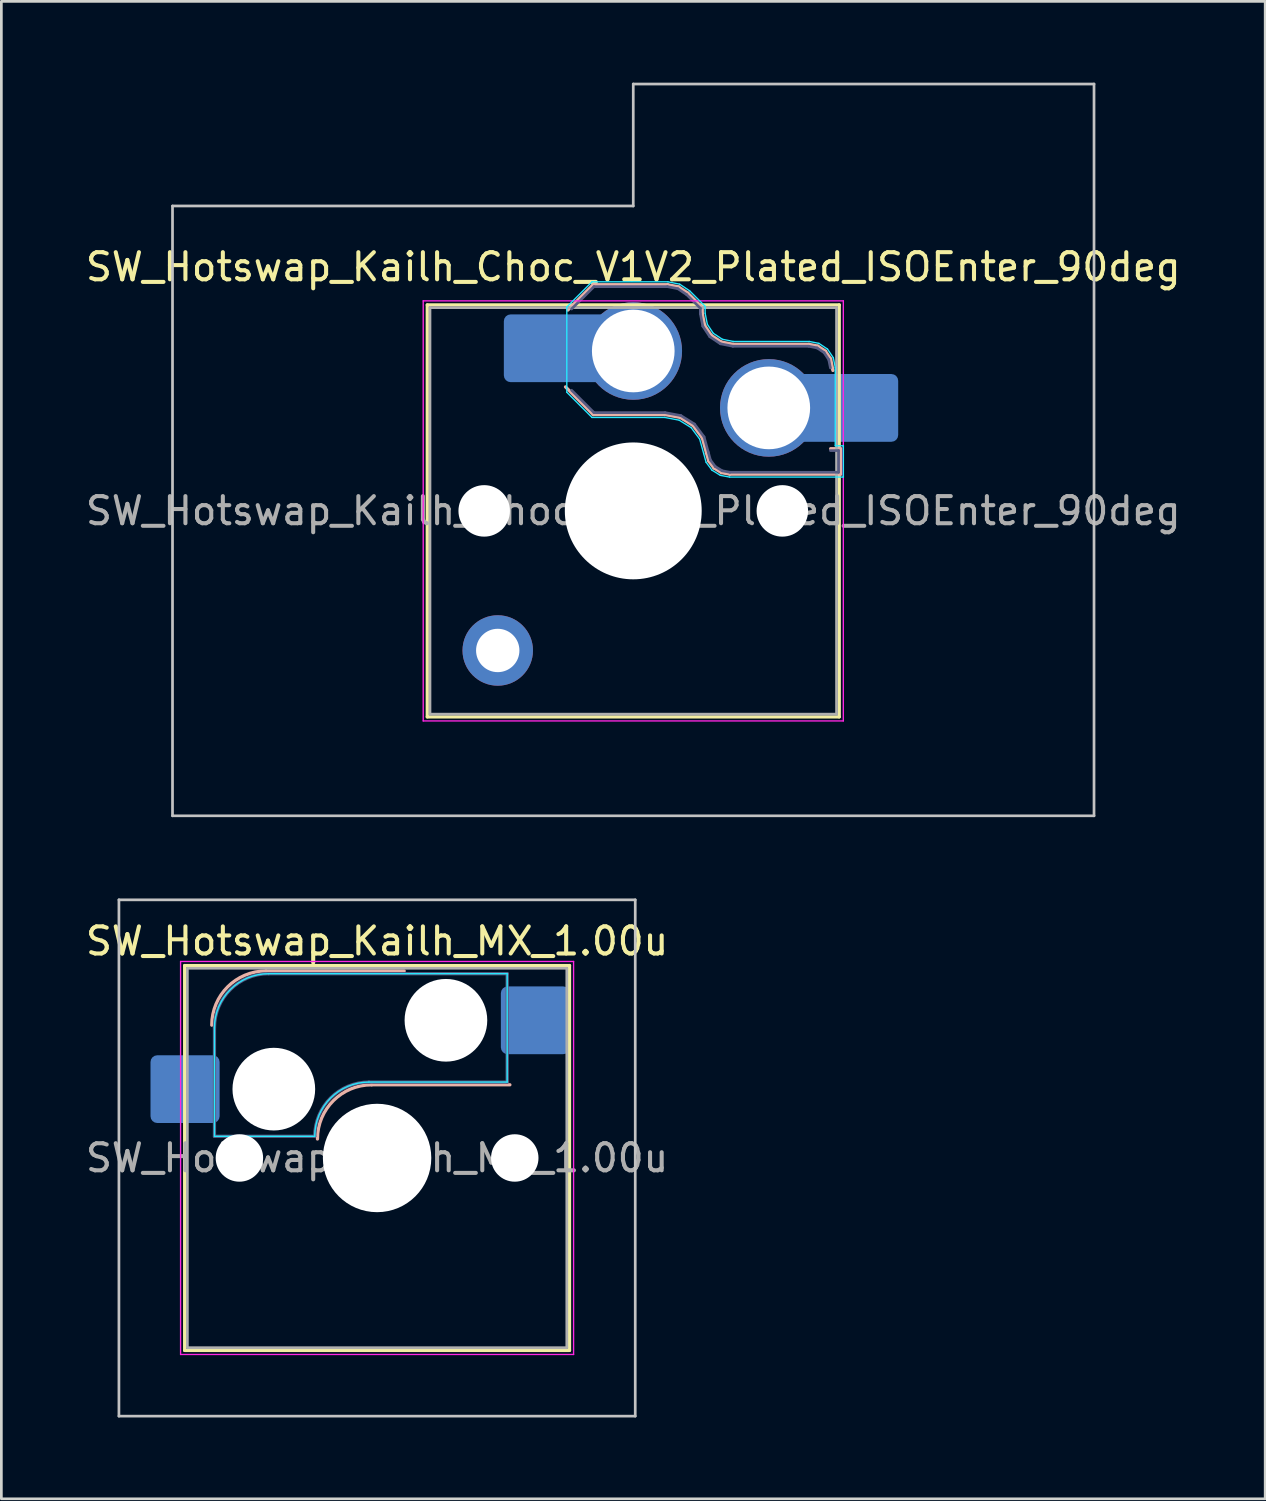
<source format=kicad_pcb>
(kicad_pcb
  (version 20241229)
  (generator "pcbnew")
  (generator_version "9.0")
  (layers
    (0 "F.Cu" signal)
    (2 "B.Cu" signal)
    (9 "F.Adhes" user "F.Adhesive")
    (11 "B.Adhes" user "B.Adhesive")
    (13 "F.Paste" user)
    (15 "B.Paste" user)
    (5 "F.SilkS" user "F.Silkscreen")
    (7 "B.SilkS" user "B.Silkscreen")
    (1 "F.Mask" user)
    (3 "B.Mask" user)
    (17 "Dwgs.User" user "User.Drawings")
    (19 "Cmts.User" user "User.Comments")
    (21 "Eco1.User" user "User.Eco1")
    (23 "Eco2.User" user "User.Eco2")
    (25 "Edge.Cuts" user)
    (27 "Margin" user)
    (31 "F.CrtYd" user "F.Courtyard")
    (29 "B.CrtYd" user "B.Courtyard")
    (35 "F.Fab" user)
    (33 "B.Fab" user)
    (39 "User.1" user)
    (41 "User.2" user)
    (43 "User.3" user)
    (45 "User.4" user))
  (footprint "SW_Hotswap_Kailh_Choc_V1V2_Plated_ISOEnter_90deg"
    (layer "F.Cu")
    (at 20.315 15.8)
    (property "Reference" "SW_Hotswap_Kailh_Choc_V1V2_Plated_ISOEnter_90deg" (at 0 -9 0) (layer "F.SilkS") (effects (font (size 1 1) (thickness 0.15))))
    (attr smd)
    (fp_line (start -7.6 -7.6) (end -7.6 7.6) (stroke (width 0.12) (type solid)) (layer "F.SilkS"))
    (fp_line (start -7.6 7.6) (end 7.6 7.6) (stroke (width 0.12) (type solid)) (layer "F.SilkS"))
    (fp_line (start 7.6 -7.6) (end -7.6 -7.6) (stroke (width 0.12) (type solid)) (layer "F.SilkS"))
    (fp_line (start 7.6 7.6) (end 7.6 -7.6) (stroke (width 0.12) (type solid)) (layer "F.SilkS"))
    (fp_line (start -2.416 -7.409) (end -1.479 -8.346) (stroke (width 0.12) (type solid)) (layer "B.SilkS"))
    (fp_line (start -1.479 -8.346) (end 1.268 -8.346) (stroke (width 0.12) (type solid)) (layer "B.SilkS"))
    (fp_line (start -1.479 -3.554) (end -2.5 -4.575) (stroke (width 0.12) (type solid)) (layer "B.SilkS"))
    (fp_line (start 1.168 -3.554) (end -1.479 -3.554) (stroke (width 0.12) (type solid)) (layer "B.SilkS"))
    (fp_line (start 1.268 -8.346) (end 1.671 -8.266) (stroke (width 0.12) (type solid)) (layer "B.SilkS"))
    (fp_line (start 1.671 -8.266) (end 2.013 -8.037) (stroke (width 0.12) (type solid)) (layer "B.SilkS"))
    (fp_line (start 1.73 -3.449) (end 1.168 -3.554) (stroke (width 0.12) (type solid)) (layer "B.SilkS"))
    (fp_line (start 2.013 -8.037) (end 2.546 -7.504) (stroke (width 0.12) (type solid)) (layer "B.SilkS"))
    (fp_line (start 2.209 -3.15) (end 1.73 -3.449) (stroke (width 0.12) (type solid)) (layer "B.SilkS"))
    (fp_line (start 2.546 -7.504) (end 2.546 -7.282) (stroke (width 0.12) (type solid)) (layer "B.SilkS"))
    (fp_line (start 2.546 -7.282) (end 2.633 -6.844) (stroke (width 0.12) (type solid)) (layer "B.SilkS"))
    (fp_line (start 2.547 -2.697) (end 2.209 -3.15) (stroke (width 0.12) (type solid)) (layer "B.SilkS"))
    (fp_line (start 2.633 -6.844) (end 2.877 -6.477) (stroke (width 0.12) (type solid)) (layer "B.SilkS"))
    (fp_line (start 2.701 -2.139) (end 2.547 -2.697) (stroke (width 0.12) (type solid)) (layer "B.SilkS"))
    (fp_line (start 2.783 -1.841) (end 2.701 -2.139) (stroke (width 0.12) (type solid)) (layer "B.SilkS"))
    (fp_line (start 2.877 -6.477) (end 3.244 -6.233) (stroke (width 0.12) (type solid)) (layer "B.SilkS"))
    (fp_line (start 2.976 -1.583) (end 2.783 -1.841) (stroke (width 0.12) (type solid)) (layer "B.SilkS"))
    (fp_line (start 3.244 -6.233) (end 3.682 -6.146) (stroke (width 0.12) (type solid)) (layer "B.SilkS"))
    (fp_line (start 3.25 -1.413) (end 2.976 -1.583) (stroke (width 0.12) (type solid)) (layer "B.SilkS"))
    (fp_line (start 3.56 -1.354) (end 3.25 -1.413) (stroke (width 0.12) (type solid)) (layer "B.SilkS"))
    (fp_line (start 3.682 -6.146) (end 6.482 -6.146) (stroke (width 0.12) (type solid)) (layer "B.SilkS"))
    (fp_line (start 6.482 -6.146) (end 6.809 -6.081) (stroke (width 0.12) (type solid)) (layer "B.SilkS"))
    (fp_line (start 6.809 -6.081) (end 7.092 -5.892) (stroke (width 0.12) (type solid)) (layer "B.SilkS"))
    (fp_line (start 7.092 -5.892) (end 7.281 -5.609) (stroke (width 0.12) (type solid)) (layer "B.SilkS"))
    (fp_line (start 7.281 -5.609) (end 7.366 -5.182) (stroke (width 0.12) (type solid)) (layer "B.SilkS"))
    (fp_line (start 7.283 -2.296) (end 7.646 -2.296) (stroke (width 0.12) (type solid)) (layer "B.SilkS"))
    (fp_line (start 7.646 -2.296) (end 7.646 -1.354) (stroke (width 0.12) (type solid)) (layer "B.SilkS"))
    (fp_line (start 7.646 -1.354) (end 3.56 -1.354) (stroke (width 0.12) (type solid)) (layer "B.SilkS"))
    (fp_line (start -17 -11.25) (end -17 11.25) (stroke (width 0.1) (type solid)) (layer "Dwgs.User"))
    (fp_line (start -17 11.25) (end 17 11.25) (stroke (width 0.1) (type solid)) (layer "Dwgs.User"))
    (fp_line (start 0 -15.75) (end 0 -11.25) (stroke (width 0.1) (type solid)) (layer "Dwgs.User"))
    (fp_line (start 0 -11.25) (end -17 -11.25) (stroke (width 0.1) (type solid)) (layer "Dwgs.User"))
    (fp_line (start 17 -15.75) (end 0 -15.75) (stroke (width 0.1) (type solid)) (layer "Dwgs.User"))
    (fp_line (start 17 11.25) (end 17 -15.75) (stroke (width 0.1) (type solid)) (layer "Dwgs.User"))
    (fp_line (start -7.25 -7.25) (end -7.25 7.25) (stroke (width 0.1) (type solid)) (layer "Eco1.User"))
    (fp_line (start -7.25 7.25) (end 7.25 7.25) (stroke (width 0.1) (type solid)) (layer "Eco1.User"))
    (fp_line (start 7.25 -7.25) (end -7.25 -7.25) (stroke (width 0.1) (type solid)) (layer "Eco1.User"))
    (fp_line (start 7.25 7.25) (end 7.25 -7.25) (stroke (width 0.1) (type solid)) (layer "Eco1.User"))
    (fp_line (start -2.452 -7.523) (end -1.523 -8.452) (stroke (width 0.05) (type solid)) (layer "B.CrtYd"))
    (fp_line (start -2.452 -4.377) (end -2.452 -7.523) (stroke (width 0.05) (type solid)) (layer "B.CrtYd"))
    (fp_line (start -1.523 -8.452) (end 1.278 -8.452) (stroke (width 0.05) (type solid)) (layer "B.CrtYd"))
    (fp_line (start -1.523 -3.448) (end -2.452 -4.377) (stroke (width 0.05) (type solid)) (layer "B.CrtYd"))
    (fp_line (start 1.159 -3.448) (end -1.523 -3.448) (stroke (width 0.05) (type solid)) (layer "B.CrtYd"))
    (fp_line (start 1.278 -8.452) (end 1.712 -8.366) (stroke (width 0.05) (type solid)) (layer "B.CrtYd"))
    (fp_line (start 1.691 -3.348) (end 1.159 -3.448) (stroke (width 0.05) (type solid)) (layer "B.CrtYd"))
    (fp_line (start 1.712 -8.366) (end 2.081 -8.119) (stroke (width 0.05) (type solid)) (layer "B.CrtYd"))
    (fp_line (start 2.081 -8.119) (end 2.652 -7.548) (stroke (width 0.05) (type solid)) (layer "B.CrtYd"))
    (fp_line (start 2.136 -3.071) (end 1.691 -3.348) (stroke (width 0.05) (type solid)) (layer "B.CrtYd"))
    (fp_line (start 2.45 -2.65) (end 2.136 -3.071) (stroke (width 0.05) (type solid)) (layer "B.CrtYd"))
    (fp_line (start 2.599 -2.111) (end 2.45 -2.65) (stroke (width 0.05) (type solid)) (layer "B.CrtYd"))
    (fp_line (start 2.652 -7.548) (end 2.652 -7.292) (stroke (width 0.05) (type solid)) (layer "B.CrtYd"))
    (fp_line (start 2.652 -7.292) (end 2.733 -6.885) (stroke (width 0.05) (type solid)) (layer "B.CrtYd"))
    (fp_line (start 2.687 -1.794) (end 2.599 -2.111) (stroke (width 0.05) (type solid)) (layer "B.CrtYd"))
    (fp_line (start 2.733 -6.885) (end 2.953 -6.553) (stroke (width 0.05) (type solid)) (layer "B.CrtYd"))
    (fp_line (start 2.903 -1.503) (end 2.687 -1.794) (stroke (width 0.05) (type solid)) (layer "B.CrtYd"))
    (fp_line (start 2.953 -6.553) (end 3.285 -6.333) (stroke (width 0.05) (type solid)) (layer "B.CrtYd"))
    (fp_line (start 3.211 -1.312) (end 2.903 -1.503) (stroke (width 0.05) (type solid)) (layer "B.CrtYd"))
    (fp_line (start 3.285 -6.333) (end 3.692 -6.252) (stroke (width 0.05) (type solid)) (layer "B.CrtYd"))
    (fp_line (start 3.55 -1.248) (end 3.211 -1.312) (stroke (width 0.05) (type solid)) (layer "B.CrtYd"))
    (fp_line (start 3.692 -6.252) (end 6.492 -6.252) (stroke (width 0.05) (type solid)) (layer "B.CrtYd"))
    (fp_line (start 6.492 -6.252) (end 6.85 -6.181) (stroke (width 0.05) (type solid)) (layer "B.CrtYd"))
    (fp_line (start 6.85 -6.181) (end 7.168 -5.968) (stroke (width 0.05) (type solid)) (layer "B.CrtYd"))
    (fp_line (start 7.168 -5.968) (end 7.381 -5.65) (stroke (width 0.05) (type solid)) (layer "B.CrtYd"))
    (fp_line (start 7.381 -5.65) (end 7.452 -5.292) (stroke (width 0.05) (type solid)) (layer "B.CrtYd"))
    (fp_line (start 7.452 -5.292) (end 7.452 -2.402) (stroke (width 0.05) (type solid)) (layer "B.CrtYd"))
    (fp_line (start 7.452 -2.402) (end 7.752 -2.402) (stroke (width 0.05) (type solid)) (layer "B.CrtYd"))
    (fp_line (start 7.752 -2.402) (end 7.752 -1.248) (stroke (width 0.05) (type solid)) (layer "B.CrtYd"))
    (fp_line (start 7.752 -1.248) (end 3.55 -1.248) (stroke (width 0.05) (type solid)) (layer "B.CrtYd"))
    (fp_line (start -7.75 -7.75) (end -7.75 7.75) (stroke (width 0.05) (type solid)) (layer "F.CrtYd"))
    (fp_line (start -7.75 7.75) (end 7.75 7.75) (stroke (width 0.05) (type solid)) (layer "F.CrtYd"))
    (fp_line (start 7.75 -7.75) (end -7.75 -7.75) (stroke (width 0.05) (type solid)) (layer "F.CrtYd"))
    (fp_line (start 7.75 7.75) (end 7.75 -7.75) (stroke (width 0.05) (type solid)) (layer "F.CrtYd"))
    (fp_line (start -2.275 -7.45) (end -1.45 -8.275) (stroke (width 0.1) (type solid)) (layer "B.Fab"))
    (fp_line (start -1.45 -8.275) (end 1.261 -8.275) (stroke (width 0.1) (type solid)) (layer "B.Fab"))
    (fp_line (start -1.45 -3.625) (end -2.275 -4.45) (stroke (width 0.1) (type solid)) (layer "B.Fab"))
    (fp_line (start 1.175 -3.625) (end -1.45 -3.625) (stroke (width 0.1) (type solid)) (layer "B.Fab"))
    (fp_line (start 1.261 -8.275) (end 1.643 -8.199) (stroke (width 0.1) (type solid)) (layer "B.Fab"))
    (fp_line (start 1.643 -8.199) (end 1.968 -7.982) (stroke (width 0.1) (type solid)) (layer "B.Fab"))
    (fp_line (start 1.756 -3.516) (end 1.175 -3.625) (stroke (width 0.1) (type solid)) (layer "B.Fab"))
    (fp_line (start 1.968 -7.982) (end 2.475 -7.475) (stroke (width 0.1) (type solid)) (layer "B.Fab"))
    (fp_line (start 2.258 -3.203) (end 1.756 -3.516) (stroke (width 0.1) (type solid)) (layer "B.Fab"))
    (fp_line (start 2.475 -7.475) (end 2.475 -7.275) (stroke (width 0.1) (type solid)) (layer "B.Fab"))
    (fp_line (start 2.475 -7.275) (end 2.566 -6.816) (stroke (width 0.1) (type solid)) (layer "B.Fab"))
    (fp_line (start 2.566 -6.816) (end 2.826 -6.426) (stroke (width 0.1) (type solid)) (layer "B.Fab"))
    (fp_line (start 2.612 -2.729) (end 2.258 -3.203) (stroke (width 0.1) (type solid)) (layer "B.Fab"))
    (fp_line (start 2.769 -2.158) (end 2.612 -2.729) (stroke (width 0.1) (type solid)) (layer "B.Fab"))
    (fp_line (start 2.826 -6.426) (end 3.216 -6.166) (stroke (width 0.1) (type solid)) (layer "B.Fab"))
    (fp_line (start 2.848 -1.873) (end 2.769 -2.158) (stroke (width 0.1) (type solid)) (layer "B.Fab"))
    (fp_line (start 3.025 -1.636) (end 2.848 -1.873) (stroke (width 0.1) (type solid)) (layer "B.Fab"))
    (fp_line (start 3.216 -6.166) (end 3.675 -6.075) (stroke (width 0.1) (type solid)) (layer "B.Fab"))
    (fp_line (start 3.276 -1.48) (end 3.025 -1.636) (stroke (width 0.1) (type solid)) (layer "B.Fab"))
    (fp_line (start 3.567 -1.425) (end 3.276 -1.48) (stroke (width 0.1) (type solid)) (layer "B.Fab"))
    (fp_line (start 3.675 -6.075) (end 6.475 -6.075) (stroke (width 0.1) (type solid)) (layer "B.Fab"))
    (fp_line (start 6.475 -6.075) (end 6.781 -6.014) (stroke (width 0.1) (type solid)) (layer "B.Fab"))
    (fp_line (start 6.781 -6.014) (end 7.041 -5.841) (stroke (width 0.1) (type solid)) (layer "B.Fab"))
    (fp_line (start 7.041 -5.841) (end 7.214 -5.581) (stroke (width 0.1) (type solid)) (layer "B.Fab"))
    (fp_line (start 7.214 -5.581) (end 7.275 -5.275) (stroke (width 0.1) (type solid)) (layer "B.Fab"))
    (fp_line (start 7.275 -2.225) (end 7.575 -2.225) (stroke (width 0.1) (type solid)) (layer "B.Fab"))
    (fp_line (start 7.575 -2.225) (end 7.575 -1.425) (stroke (width 0.1) (type solid)) (layer "B.Fab"))
    (fp_line (start 7.575 -1.425) (end 3.567 -1.425) (stroke (width 0.1) (type solid)) (layer "B.Fab"))
    (fp_line (start -7.5 -7.5) (end -7.5 7.5) (stroke (width 0.1) (type solid)) (layer "F.Fab"))
    (fp_line (start -7.5 7.5) (end 7.5 7.5) (stroke (width 0.1) (type solid)) (layer "F.Fab"))
    (fp_line (start 7.5 -7.5) (end -7.5 -7.5) (stroke (width 0.1) (type solid)) (layer "F.Fab"))
    (fp_line (start 7.5 7.5) (end 7.5 -7.5) (stroke (width 0.1) (type solid)) (layer "F.Fab"))
    (fp_text user "${REFERENCE}" (at 0 0 0) (layer "F.Fab") (effects (font (size 1 1) (thickness 0.15))))
    (pad "" np_thru_hole circle (at -5.5 0) (size 1.9 1.9) (drill 1.9) (layers "*.Cu" "*.Mask"))
    (pad "" smd circle (at -5 5.15) (size 1.65 1.65) (layers "F.Mask"))
    (pad "" thru_hole circle (at -5 5.15) (size 2.6 2.6) (drill 1.6) (layers "*.Cu" "B.Mask"))
    (pad "" smd roundrect (at -3.5 -6) (size 2.55 2.5) (layers "B.Mask" "B.Paste") (roundrect_rratio 0.1))
    (pad "" smd circle (at 0 -5.9) (size 3.1 3.1) (layers "F.Mask"))
    (pad "" np_thru_hole circle (at 0 0) (size 5.05 5.05) (drill 5.05) (layers "*.Cu" "*.Mask"))
    (pad "" smd circle (at 5 -3.8) (size 3.1 3.1) (layers "F.Mask"))
    (pad "" np_thru_hole circle (at 5.5 0) (size 1.9 1.9) (drill 1.9) (layers "*.Cu" "*.Mask"))
    (pad "" smd roundrect (at 8.5 -3.8) (size 2.55 2.5) (layers "B.Mask" "B.Paste") (roundrect_rratio 0.1))
    (pad "1" smd roundrect (at -2.85 -6) (size 3.85 2.5) (layers "B.Cu") (roundrect_rratio 0.1))
    (pad "1" thru_hole circle (at 0 -5.9) (size 3.6 3.6) (drill 3.05) (layers "*.Cu" "B.Mask"))
    (pad "2" thru_hole circle (at 5 -3.8) (size 3.6 3.6) (drill 3.05) (layers "*.Cu" "B.Mask"))
    (pad "2" smd roundrect (at 7.85 -3.8) (size 3.85 2.5) (layers "B.Cu") (roundrect_rratio 0.1)))
  (footprint "SW_Hotswap_Kailh_MX_1.00u"
    (layer "F.Cu")
    (at 10.863 39.675)
    (property "Reference" "SW_Hotswap_Kailh_MX_1.00u" (at 0 -8 0) (layer "F.SilkS") (effects (font (size 1 1) (thickness 0.15))))
    (attr smd)
    (fp_line (start -7.1 -7.1) (end -7.1 7.1) (stroke (width 0.12) (type solid)) (layer "F.SilkS"))
    (fp_line (start -7.1 7.1) (end 7.1 7.1) (stroke (width 0.12) (type solid)) (layer "F.SilkS"))
    (fp_line (start 7.1 -7.1) (end -7.1 -7.1) (stroke (width 0.12) (type solid)) (layer "F.SilkS"))
    (fp_line (start 7.1 7.1) (end 7.1 -7.1) (stroke (width 0.12) (type solid)) (layer "F.SilkS"))
    (fp_line (start -4.1 -6.9) (end 1 -6.9) (stroke (width 0.12) (type solid)) (layer "B.SilkS"))
    (fp_line (start -0.2 -2.7) (end 4.9 -2.7) (stroke (width 0.12) (type solid)) (layer "B.SilkS"))
    (fp_arc (start -6.1 -4.9) (mid -5.514214 -6.314214) (end -4.1 -6.9) (stroke (width 0.12) (type solid)) (layer "B.SilkS"))
    (fp_arc (start -2.2 -0.7) (mid -1.614214 -2.114214) (end -0.2 -2.7) (stroke (width 0.12) (type solid)) (layer "B.SilkS"))
    (fp_line (start -9.525 -9.525) (end -9.525 9.525) (stroke (width 0.1) (type solid)) (layer "Dwgs.User"))
    (fp_line (start -9.525 9.525) (end 9.525 9.525) (stroke (width 0.1) (type solid)) (layer "Dwgs.User"))
    (fp_line (start 9.525 -9.525) (end -9.525 -9.525) (stroke (width 0.1) (type solid)) (layer "Dwgs.User"))
    (fp_line (start 9.525 9.525) (end 9.525 -9.525) (stroke (width 0.1) (type solid)) (layer "Dwgs.User"))
    (fp_line (start -7.8 -6) (end -7 -6) (stroke (width 0.1) (type solid)) (layer "Eco1.User"))
    (fp_line (start -7.8 -2.9) (end -7.8 -6) (stroke (width 0.1) (type solid)) (layer "Eco1.User"))
    (fp_line (start -7.8 2.9) (end -7 2.9) (stroke (width 0.1) (type solid)) (layer "Eco1.User"))
    (fp_line (start -7.8 6) (end -7.8 2.9) (stroke (width 0.1) (type solid)) (layer "Eco1.User"))
    (fp_line (start -7 -7) (end 7 -7) (stroke (width 0.1) (type solid)) (layer "Eco1.User"))
    (fp_line (start -7 -6) (end -7 -7) (stroke (width 0.1) (type solid)) (layer "Eco1.User"))
    (fp_line (start -7 -2.9) (end -7.8 -2.9) (stroke (width 0.1) (type solid)) (layer "Eco1.User"))
    (fp_line (start -7 2.9) (end -7 -2.9) (stroke (width 0.1) (type solid)) (layer "Eco1.User"))
    (fp_line (start -7 6) (end -7.8 6) (stroke (width 0.1) (type solid)) (layer "Eco1.User"))
    (fp_line (start -7 7) (end -7 6) (stroke (width 0.1) (type solid)) (layer "Eco1.User"))
    (fp_line (start 7 -7) (end 7 -6) (stroke (width 0.1) (type solid)) (layer "Eco1.User"))
    (fp_line (start 7 -6) (end 7.8 -6) (stroke (width 0.1) (type solid)) (layer "Eco1.User"))
    (fp_line (start 7 -2.9) (end 7 2.9) (stroke (width 0.1) (type solid)) (layer "Eco1.User"))
    (fp_line (start 7 2.9) (end 7.8 2.9) (stroke (width 0.1) (type solid)) (layer "Eco1.User"))
    (fp_line (start 7 6) (end 7 7) (stroke (width 0.1) (type solid)) (layer "Eco1.User"))
    (fp_line (start 7 7) (end -7 7) (stroke (width 0.1) (type solid)) (layer "Eco1.User"))
    (fp_line (start 7.8 -6) (end 7.8 -2.9) (stroke (width 0.1) (type solid)) (layer "Eco1.User"))
    (fp_line (start 7.8 -2.9) (end 7 -2.9) (stroke (width 0.1) (type solid)) (layer "Eco1.User"))
    (fp_line (start 7.8 2.9) (end 7.8 6) (stroke (width 0.1) (type solid)) (layer "Eco1.User"))
    (fp_line (start 7.8 6) (end 7 6) (stroke (width 0.1) (type solid)) (layer "Eco1.User"))
    (fp_line (start -6 -0.8) (end -6 -4.8) (stroke (width 0.05) (type solid)) (layer "B.CrtYd"))
    (fp_line (start -6 -0.8) (end -2.3 -0.8) (stroke (width 0.05) (type solid)) (layer "B.CrtYd"))
    (fp_line (start -4 -6.8) (end 4.8 -6.8) (stroke (width 0.05) (type solid)) (layer "B.CrtYd"))
    (fp_line (start -0.3 -2.8) (end 4.8 -2.8) (stroke (width 0.05) (type solid)) (layer "B.CrtYd"))
    (fp_line (start 4.8 -6.8) (end 4.8 -2.8) (stroke (width 0.05) (type solid)) (layer "B.CrtYd"))
    (fp_arc (start -6 -4.8) (mid -5.414214 -6.214214) (end -4 -6.8) (stroke (width 0.05) (type solid)) (layer "B.CrtYd"))
    (fp_arc (start -2.3 -0.8) (mid -1.714214 -2.214214) (end -0.3 -2.8) (stroke (width 0.05) (type solid)) (layer "B.CrtYd"))
    (fp_line (start -7.25 -7.25) (end -7.25 7.25) (stroke (width 0.05) (type solid)) (layer "F.CrtYd"))
    (fp_line (start -7.25 7.25) (end 7.25 7.25) (stroke (width 0.05) (type solid)) (layer "F.CrtYd"))
    (fp_line (start 7.25 -7.25) (end -7.25 -7.25) (stroke (width 0.05) (type solid)) (layer "F.CrtYd"))
    (fp_line (start 7.25 7.25) (end 7.25 -7.25) (stroke (width 0.05) (type solid)) (layer "F.CrtYd"))
    (fp_line (start -6 -0.8) (end -6 -4.8) (stroke (width 0.12) (type solid)) (layer "B.Fab"))
    (fp_line (start -6 -0.8) (end -2.3 -0.8) (stroke (width 0.12) (type solid)) (layer "B.Fab"))
    (fp_line (start -4 -6.8) (end 4.8 -6.8) (stroke (width 0.12) (type solid)) (layer "B.Fab"))
    (fp_line (start -0.3 -2.8) (end 4.8 -2.8) (stroke (width 0.12) (type solid)) (layer "B.Fab"))
    (fp_line (start 4.8 -6.8) (end 4.8 -2.8) (stroke (width 0.12) (type solid)) (layer "B.Fab"))
    (fp_arc (start -6 -4.8) (mid -5.414214 -6.214214) (end -4 -6.8) (stroke (width 0.12) (type solid)) (layer "B.Fab"))
    (fp_arc (start -2.3 -0.8) (mid -1.714214 -2.214214) (end -0.3 -2.8) (stroke (width 0.12) (type solid)) (layer "B.Fab"))
    (fp_line (start -7 -7) (end -7 7) (stroke (width 0.1) (type solid)) (layer "F.Fab"))
    (fp_line (start -7 7) (end 7 7) (stroke (width 0.1) (type solid)) (layer "F.Fab"))
    (fp_line (start 7 -7) (end -7 -7) (stroke (width 0.1) (type solid)) (layer "F.Fab"))
    (fp_line (start 7 7) (end 7 -7) (stroke (width 0.1) (type solid)) (layer "F.Fab"))
    (fp_text user "${REFERENCE}" (at 0 0 0) (layer "F.Fab") (effects (font (size 1 1) (thickness 0.15))))
    (pad "" np_thru_hole circle (at -5.08 0) (size 1.75 1.75) (drill 1.75) (layers "*.Cu" "*.Mask"))
    (pad "" np_thru_hole circle (at -3.81 -2.54) (size 3.05 3.05) (drill 3.05) (layers "*.Cu" "*.Mask"))
    (pad "" np_thru_hole circle (at 0 0) (size 4 4) (drill 4) (layers "*.Cu" "*.Mask"))
    (pad "" np_thru_hole circle (at 2.54 -5.08) (size 3.05 3.05) (drill 3.05) (layers "*.Cu" "*.Mask"))
    (pad "" np_thru_hole circle (at 5.08 0) (size 1.75 1.75) (drill 1.75) (layers "*.Cu" "*.Mask"))
    (pad "1" smd roundrect (at -7.085 -2.54) (size 2.55 2.5) (layers "B.Cu" "B.Mask" "B.Paste") (roundrect_rratio 0.1))
    (pad "2" smd roundrect (at 5.842 -5.08) (size 2.55 2.5) (layers "B.Cu" "B.Mask" "B.Paste") (roundrect_rratio 0.1)))
  (gr_rect
    (start -3 -3)
    (end 43.631 52.25)
    (stroke (width 0.1) (type default))
    (fill no)
    (layer "Edge.Cuts")))
</source>
